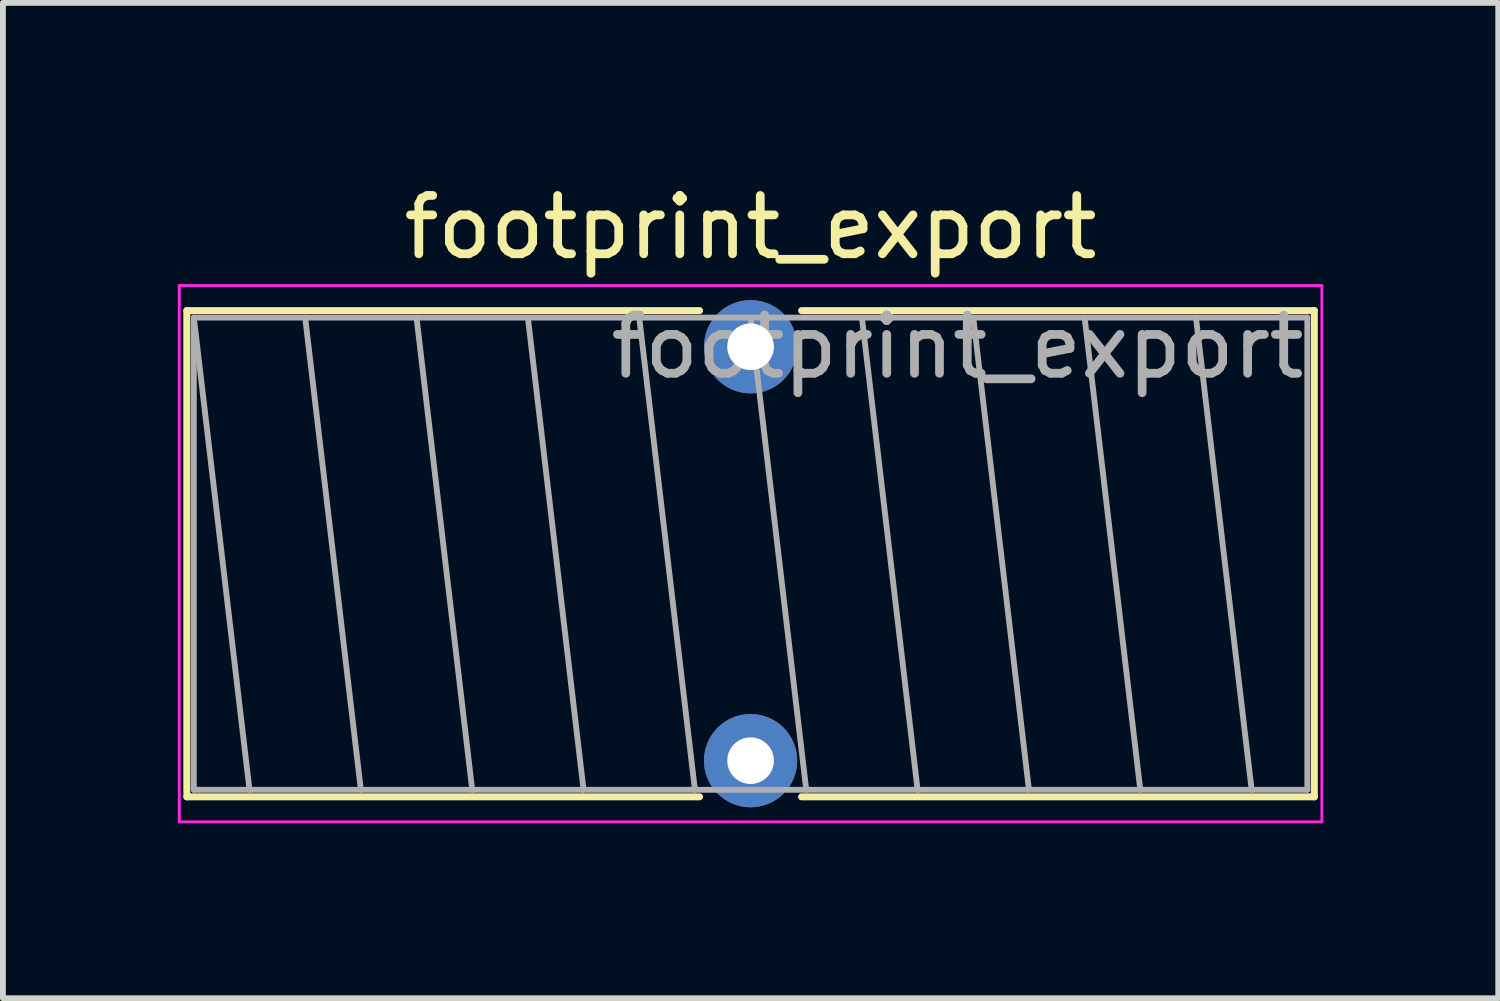
<source format=kicad_pcb>
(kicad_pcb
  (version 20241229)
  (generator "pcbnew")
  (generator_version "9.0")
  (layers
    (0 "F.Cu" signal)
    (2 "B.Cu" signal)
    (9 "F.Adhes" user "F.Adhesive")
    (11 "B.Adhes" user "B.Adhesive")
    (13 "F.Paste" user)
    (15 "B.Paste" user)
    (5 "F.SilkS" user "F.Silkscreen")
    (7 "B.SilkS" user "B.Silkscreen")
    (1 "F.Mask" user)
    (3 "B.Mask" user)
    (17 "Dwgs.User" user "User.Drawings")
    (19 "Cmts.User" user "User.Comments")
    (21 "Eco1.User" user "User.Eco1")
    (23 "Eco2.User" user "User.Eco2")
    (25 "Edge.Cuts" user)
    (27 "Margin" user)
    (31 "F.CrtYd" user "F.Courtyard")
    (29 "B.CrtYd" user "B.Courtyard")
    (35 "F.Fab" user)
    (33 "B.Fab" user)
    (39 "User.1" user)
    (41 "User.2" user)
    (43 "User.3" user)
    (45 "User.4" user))
  (footprint "footprint_export"
    (layer "F.Cu")
    (at 9.825 2.898)
    (property "Reference" "footprint_export" (at 0 -2.05 0) (layer "F.SilkS") (effects (font (size 1 1) (thickness 0.15))))
    (attr through_hole)
    (fp_line (start -9.67 -0.62) (end -9.67 7.72) (stroke (width 0.12) (type solid)) (layer "F.SilkS"))
    (fp_line (start -9.67 -0.62) (end -0.875 -0.62) (stroke (width 0.12) (type solid)) (layer "F.SilkS"))
    (fp_line (start -9.67 7.72) (end -0.875 7.72) (stroke (width 0.12) (type solid)) (layer "F.SilkS"))
    (fp_line (start 0.875 -0.62) (end 9.67 -0.62) (stroke (width 0.12) (type solid)) (layer "F.SilkS"))
    (fp_line (start 0.875 7.72) (end 9.67 7.72) (stroke (width 0.12) (type solid)) (layer "F.SilkS"))
    (fp_line (start 9.67 -0.62) (end 9.67 7.72) (stroke (width 0.12) (type solid)) (layer "F.SilkS"))
    (fp_line (start -9.8 -1.05) (end -9.8 8.15) (stroke (width 0.05) (type solid)) (layer "F.CrtYd"))
    (fp_line (start -9.8 8.15) (end 9.8 8.15) (stroke (width 0.05) (type solid)) (layer "F.CrtYd"))
    (fp_line (start 9.8 -1.05) (end -9.8 -1.05) (stroke (width 0.05) (type solid)) (layer "F.CrtYd"))
    (fp_line (start 9.8 8.15) (end 9.8 -1.05) (stroke (width 0.05) (type solid)) (layer "F.CrtYd"))
    (fp_line (start -9.55 -0.5) (end -9.55 7.6) (stroke (width 0.1) (type solid)) (layer "F.Fab"))
    (fp_line (start -9.55 -0.5) (end -8.595 7.6) (stroke (width 0.1) (type solid)) (layer "F.Fab"))
    (fp_line (start -9.55 7.6) (end 9.55 7.6) (stroke (width 0.1) (type solid)) (layer "F.Fab"))
    (fp_line (start -7.64 -0.5) (end -6.685 7.6) (stroke (width 0.1) (type solid)) (layer "F.Fab"))
    (fp_line (start -5.73 -0.5) (end -4.775 7.6) (stroke (width 0.1) (type solid)) (layer "F.Fab"))
    (fp_line (start -3.82 -0.5) (end -2.865 7.6) (stroke (width 0.1) (type solid)) (layer "F.Fab"))
    (fp_line (start -1.91 -0.5) (end -0.955 7.6) (stroke (width 0.1) (type solid)) (layer "F.Fab"))
    (fp_line (start 0 -0.5) (end 0.955 7.6) (stroke (width 0.1) (type solid)) (layer "F.Fab"))
    (fp_line (start 1.91 -0.5) (end 2.865 7.6) (stroke (width 0.1) (type solid)) (layer "F.Fab"))
    (fp_line (start 3.82 -0.5) (end 4.775 7.6) (stroke (width 0.1) (type solid)) (layer "F.Fab"))
    (fp_line (start 5.73 -0.5) (end 6.685 7.6) (stroke (width 0.1) (type solid)) (layer "F.Fab"))
    (fp_line (start 7.64 -0.5) (end 8.595 7.6) (stroke (width 0.1) (type solid)) (layer "F.Fab"))
    (fp_line (start 9.55 -0.5) (end -9.55 -0.5) (stroke (width 0.1) (type solid)) (layer "F.Fab"))
    (fp_line (start 9.55 7.6) (end 9.55 -0.5) (stroke (width 0.1) (type solid)) (layer "F.Fab"))
    (fp_text user "${REFERENCE}" (at 3.55 0 0) (layer "F.Fab") (effects (font (size 1 1) (thickness 0.15))))
    (pad "1" thru_hole circle (at 0 0) (size 1.6 1.6) (drill 0.8) (layers "*.Cu" "*.Mask"))
    (pad "2" thru_hole circle (at 0 7.1) (size 1.6 1.6) (drill 0.8) (layers "*.Cu" "*.Mask")))
  (gr_rect
    (start -3 -3)
    (end 22.65 14.073)
    (stroke (width 0.1) (type default))
    (fill no)
    (layer "Edge.Cuts")))
</source>
